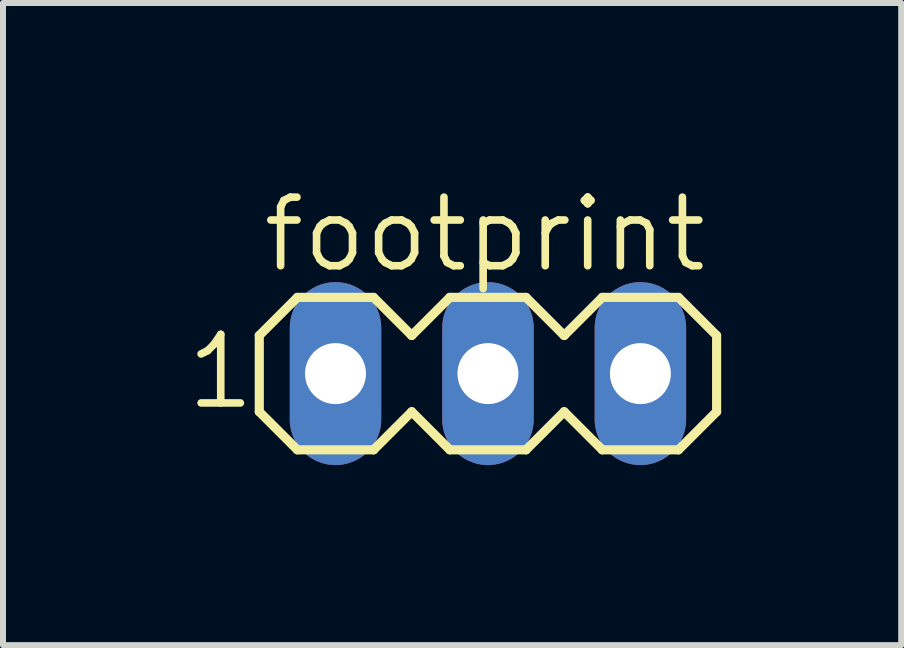
<source format=kicad_pcb>
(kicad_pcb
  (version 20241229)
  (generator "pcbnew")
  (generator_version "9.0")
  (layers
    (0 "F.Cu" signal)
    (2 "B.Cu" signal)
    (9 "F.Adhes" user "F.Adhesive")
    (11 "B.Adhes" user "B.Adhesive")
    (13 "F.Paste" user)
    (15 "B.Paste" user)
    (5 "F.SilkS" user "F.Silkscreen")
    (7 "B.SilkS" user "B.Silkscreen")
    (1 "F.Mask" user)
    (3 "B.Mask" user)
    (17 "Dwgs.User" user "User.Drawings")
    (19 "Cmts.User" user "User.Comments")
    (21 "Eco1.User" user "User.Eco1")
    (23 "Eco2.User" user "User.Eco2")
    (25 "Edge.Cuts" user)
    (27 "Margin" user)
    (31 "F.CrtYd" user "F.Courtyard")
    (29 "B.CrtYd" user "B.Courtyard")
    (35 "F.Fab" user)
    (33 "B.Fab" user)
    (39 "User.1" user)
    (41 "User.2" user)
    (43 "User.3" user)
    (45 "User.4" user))
  (footprint "footprint"
    (layer "F.Cu")
    (at 5.08 3.175)
    (property "Reference" "footprint" (at -3.81 -1.651 0) (layer "F.SilkS") (effects (font (size 1.143 1.143) (thickness 0.127)) (justify left bottom)))
    (fp_line (start -3.81 -0.635) (end -3.81 0.635) (stroke (width 0.152) (type solid)) (layer "F.SilkS"))
    (fp_line (start -3.81 0.635) (end -3.175 1.27) (stroke (width 0.152) (type solid)) (layer "F.SilkS"))
    (fp_line (start -3.175 -1.27) (end -3.81 -0.635) (stroke (width 0.152) (type solid)) (layer "F.SilkS"))
    (fp_line (start -3.175 -1.27) (end -1.905 -1.27) (stroke (width 0.152) (type solid)) (layer "F.SilkS"))
    (fp_line (start -1.905 -1.27) (end -1.27 -0.635) (stroke (width 0.152) (type solid)) (layer "F.SilkS"))
    (fp_line (start -1.905 1.27) (end -3.175 1.27) (stroke (width 0.152) (type solid)) (layer "F.SilkS"))
    (fp_line (start -1.27 -0.635) (end -0.635 -1.27) (stroke (width 0.152) (type solid)) (layer "F.SilkS"))
    (fp_line (start -1.27 0.635) (end -1.905 1.27) (stroke (width 0.152) (type solid)) (layer "F.SilkS"))
    (fp_line (start -0.635 -1.27) (end 0.635 -1.27) (stroke (width 0.152) (type solid)) (layer "F.SilkS"))
    (fp_line (start -0.635 1.27) (end -1.27 0.635) (stroke (width 0.152) (type solid)) (layer "F.SilkS"))
    (fp_line (start 0.635 -1.27) (end 1.27 -0.635) (stroke (width 0.152) (type solid)) (layer "F.SilkS"))
    (fp_line (start 0.635 1.27) (end -0.635 1.27) (stroke (width 0.152) (type solid)) (layer "F.SilkS"))
    (fp_line (start 1.27 -0.635) (end 1.905 -1.27) (stroke (width 0.152) (type solid)) (layer "F.SilkS"))
    (fp_line (start 1.27 0.635) (end 0.635 1.27) (stroke (width 0.152) (type solid)) (layer "F.SilkS"))
    (fp_line (start 1.905 -1.27) (end 3.175 -1.27) (stroke (width 0.152) (type solid)) (layer "F.SilkS"))
    (fp_line (start 1.905 1.27) (end 1.27 0.635) (stroke (width 0.152) (type solid)) (layer "F.SilkS"))
    (fp_line (start 3.175 -1.27) (end 3.81 -0.635) (stroke (width 0.152) (type solid)) (layer "F.SilkS"))
    (fp_line (start 3.175 1.27) (end 1.905 1.27) (stroke (width 0.152) (type solid)) (layer "F.SilkS"))
    (fp_line (start 3.81 -0.635) (end 3.81 0.635) (stroke (width 0.152) (type solid)) (layer "F.SilkS"))
    (fp_line (start 3.81 0.635) (end 3.175 1.27) (stroke (width 0.152) (type solid)) (layer "F.SilkS"))
    (fp_poly (pts (xy -2.794 0.254) (xy -2.286 0.254) (xy -2.286 -0.254) (xy -2.794 -0.254)) (stroke (width 0.1) (type solid)) (fill no) (layer "F.Fab"))
    (fp_poly (pts (xy -0.254 0.254) (xy 0.254 0.254) (xy 0.254 -0.254) (xy -0.254 -0.254)) (stroke (width 0.1) (type solid)) (fill no) (layer "F.Fab"))
    (fp_poly (pts (xy 2.286 0.254) (xy 2.794 0.254) (xy 2.794 -0.254) (xy 2.286 -0.254)) (stroke (width 0.1) (type solid)) (fill no) (layer "F.Fab"))
    (fp_text user "1" (at -5.08 0.635 0) (layer "F.SilkS") (effects (font (size 1.143 1.143) (thickness 0.127)) (justify left bottom)))
    (pad "1" thru_hole oval (at -2.54 0 90) (size 3.048 1.524) (drill 1.016) (layers "*.Cu" "*.Mask"))
    (pad "2" thru_hole oval (at 0 0 90) (size 3.048 1.524) (drill 1.016) (layers "*.Cu" "*.Mask"))
    (pad "3" thru_hole oval (at 2.54 0 90) (size 3.048 1.524) (drill 1.016) (layers "*.Cu" "*.Mask")))
  (gr_rect
    (start -3 -3)
    (end 11.966 7.699)
    (stroke (width 0.1) (type default))
    (fill no)
    (layer "Edge.Cuts")))
</source>
